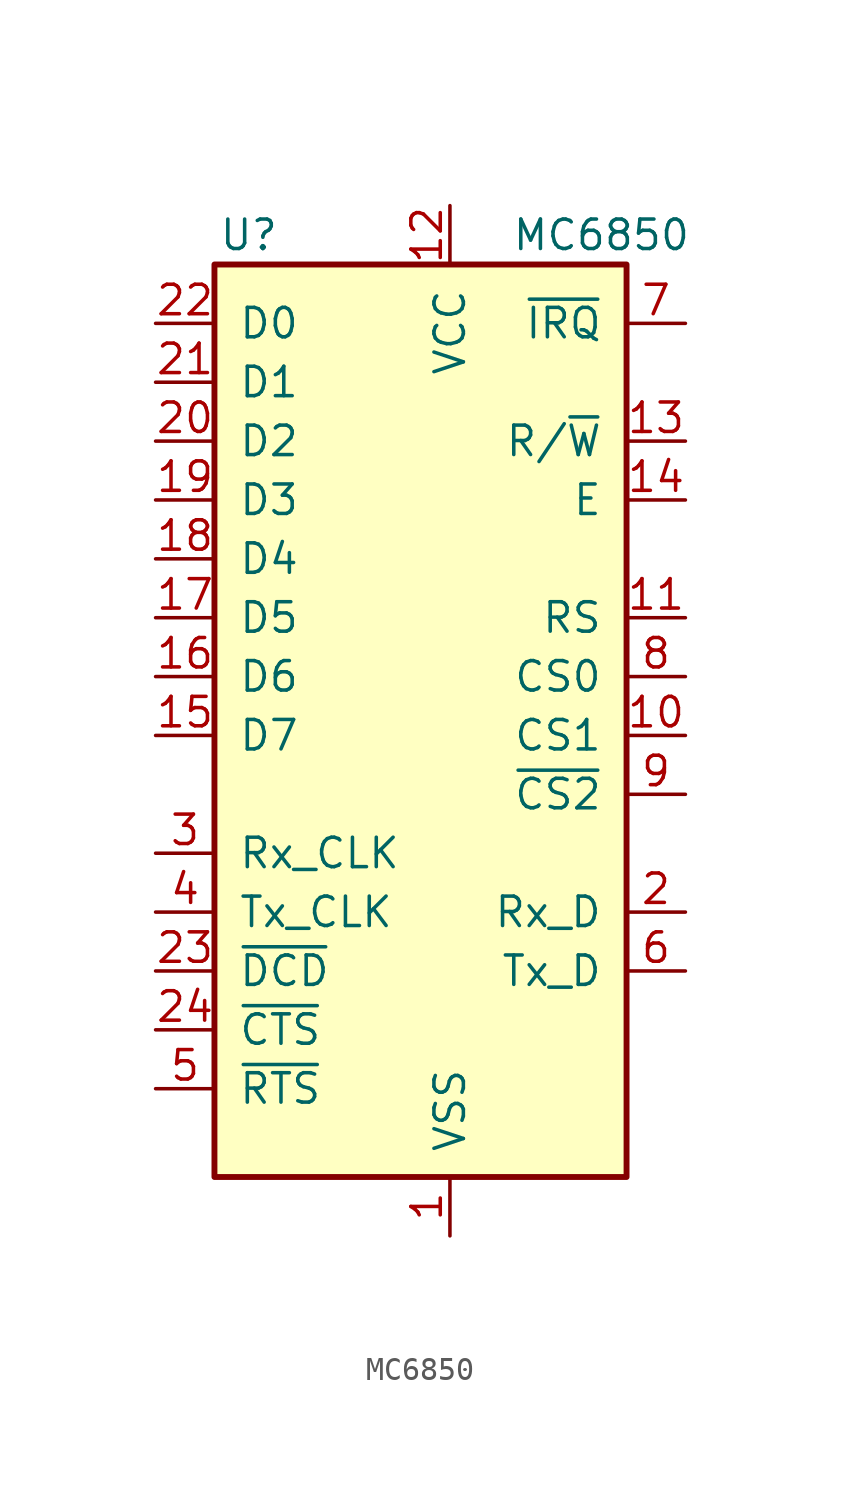
<source format=kicad_sym>
(kicad_symbol_lib
  (version 20231120)
  (generator "kicad_symbol_editor")
  (generator_version "8.0")
  (symbol "MC6850"
    (pin_names
      (offset 1.016))
    (property "Reference" "U"
      (at -7.366 31.75 0)
      (effects (font (size 1.27 1.27)) (justify right)))
    (property "Value" "MC6850"
      (at 10.414 31.75 0)
      (effects (font (size 1.27 1.27)) (justify right)))
    (symbol "MC6850_1_1"
      (rectangle (start -10.16 30.48) (end 7.62 -8.89) (stroke (width 0.254) (type default)) (fill (type background)))
      (pin power_in line (at 0 -11.43 90) (length 2.54) (name "VSS" (effects (font (size 1.27 1.27)))) (number "1" (effects (font (size 1.27 1.27)))))
      (pin input line (at 10.16 10.16 180) (length 2.54) (name "CS1" (effects (font (size 1.27 1.27)))) (number "10" (effects (font (size 1.27 1.27)))))
      (pin input line (at 10.16 15.24 180) (length 2.54) (name "RS" (effects (font (size 1.27 1.27)))) (number "11" (effects (font (size 1.27 1.27)))))
      (pin power_in line (at 0 33.02 270) (length 2.54) (name "VCC" (effects (font (size 1.27 1.27)))) (number "12" (effects (font (size 1.27 1.27)))))
      (pin input line (at 10.16 22.86 180) (length 2.54) (name "R/~{W}" (effects (font (size 1.27 1.27)))) (number "13" (effects (font (size 1.27 1.27)))))
      (pin input line (at 10.16 20.32 180) (length 2.54) (name "E" (effects (font (size 1.27 1.27)))) (number "14" (effects (font (size 1.27 1.27)))))
      (pin bidirectional line (at -12.7 10.16 0) (length 2.54) (name "D7" (effects (font (size 1.27 1.27)))) (number "15" (effects (font (size 1.27 1.27)))))
      (pin bidirectional line (at -12.7 12.7 0) (length 2.54) (name "D6" (effects (font (size 1.27 1.27)))) (number "16" (effects (font (size 1.27 1.27)))))
      (pin bidirectional line (at -12.7 15.24 0) (length 2.54) (name "D5" (effects (font (size 1.27 1.27)))) (number "17" (effects (font (size 1.27 1.27)))))
      (pin bidirectional line (at -12.7 17.78 0) (length 2.54) (name "D4" (effects (font (size 1.27 1.27)))) (number "18" (effects (font (size 1.27 1.27)))))
      (pin bidirectional line (at -12.7 20.32 0) (length 2.54) (name "D3" (effects (font (size 1.27 1.27)))) (number "19" (effects (font (size 1.27 1.27)))))
      (pin input line (at 10.16 2.54 180) (length 2.54) (name "Rx_D" (effects (font (size 1.27 1.27)))) (number "2" (effects (font (size 1.27 1.27)))))
      (pin bidirectional line (at -12.7 22.86 0) (length 2.54) (name "D2" (effects (font (size 1.27 1.27)))) (number "20" (effects (font (size 1.27 1.27)))))
      (pin bidirectional line (at -12.7 25.4 0) (length 2.54) (name "D1" (effects (font (size 1.27 1.27)))) (number "21" (effects (font (size 1.27 1.27)))))
      (pin bidirectional line (at -12.7 27.94 0) (length 2.54) (name "D0" (effects (font (size 1.27 1.27)))) (number "22" (effects (font (size 1.27 1.27)))))
      (pin input line (at -12.7 0 0) (length 2.54) (name "~{DCD}" (effects (font (size 1.27 1.27)))) (number "23" (effects (font (size 1.27 1.27)))))
      (pin input line (at -12.7 -2.54 0) (length 2.54) (name "~{CTS}" (effects (font (size 1.27 1.27)))) (number "24" (effects (font (size 1.27 1.27)))))
      (pin input line (at -12.7 5.08 0) (length 2.54) (name "Rx_CLK" (effects (font (size 1.27 1.27)))) (number "3" (effects (font (size 1.27 1.27)))))
      (pin input line (at -12.7 2.54 0) (length 2.54) (name "Tx_CLK" (effects (font (size 1.27 1.27)))) (number "4" (effects (font (size 1.27 1.27)))))
      (pin output line (at -12.7 -5.08 0) (length 2.54) (name "~{RTS}" (effects (font (size 1.27 1.27)))) (number "5" (effects (font (size 1.27 1.27)))))
      (pin output line (at 10.16 0 180) (length 2.54) (name "Tx_D" (effects (font (size 1.27 1.27)))) (number "6" (effects (font (size 1.27 1.27)))))
      (pin output line (at 10.16 27.94 180) (length 2.54) (name "~{IRQ}" (effects (font (size 1.27 1.27)))) (number "7" (effects (font (size 1.27 1.27)))))
      (pin input line (at 10.16 12.7 180) (length 2.54) (name "CS0" (effects (font (size 1.27 1.27)))) (number "8" (effects (font (size 1.27 1.27)))))
      (pin input line (at 10.16 7.62 180) (length 2.54) (name "~{CS2}" (effects (font (size 1.27 1.27)))) (number "9" (effects (font (size 1.27 1.27))))))))
</source>
